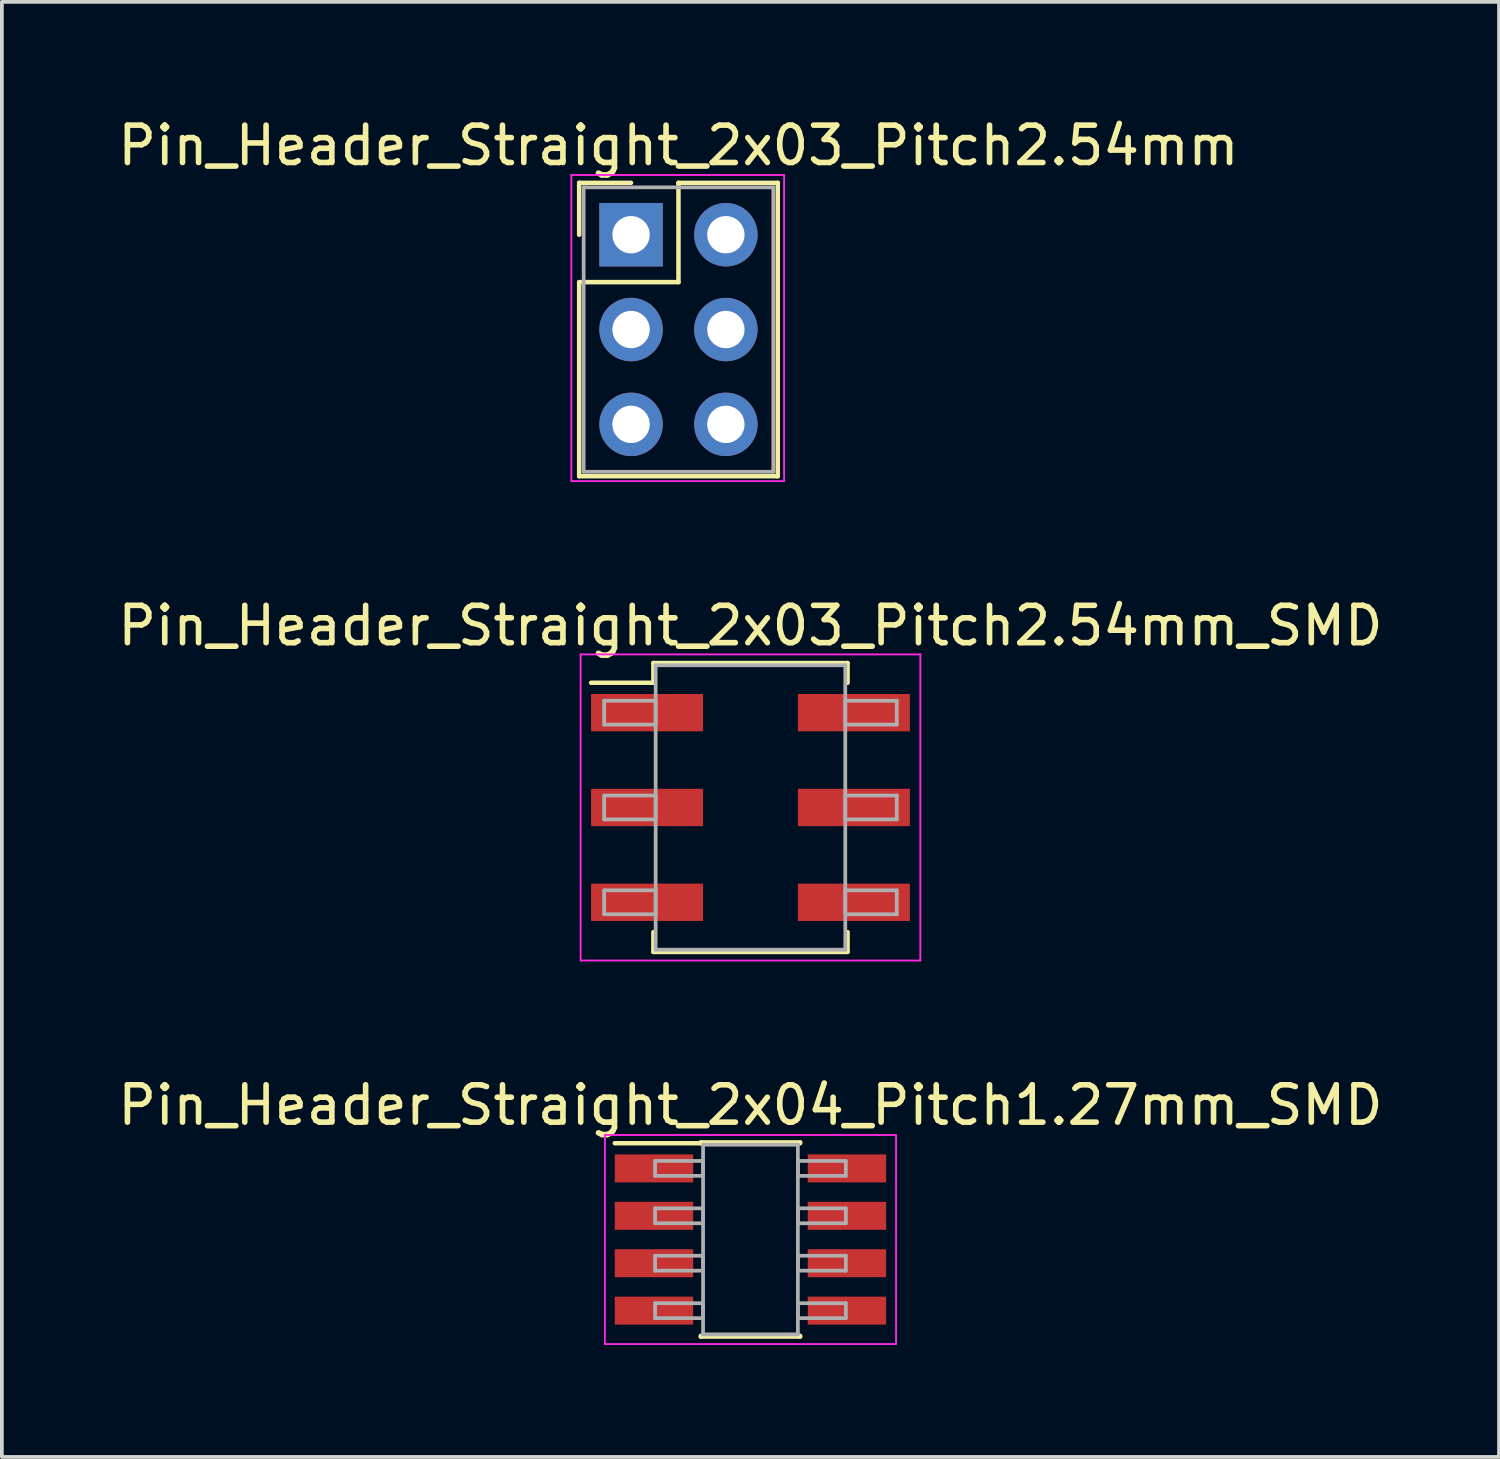
<source format=kicad_pcb>
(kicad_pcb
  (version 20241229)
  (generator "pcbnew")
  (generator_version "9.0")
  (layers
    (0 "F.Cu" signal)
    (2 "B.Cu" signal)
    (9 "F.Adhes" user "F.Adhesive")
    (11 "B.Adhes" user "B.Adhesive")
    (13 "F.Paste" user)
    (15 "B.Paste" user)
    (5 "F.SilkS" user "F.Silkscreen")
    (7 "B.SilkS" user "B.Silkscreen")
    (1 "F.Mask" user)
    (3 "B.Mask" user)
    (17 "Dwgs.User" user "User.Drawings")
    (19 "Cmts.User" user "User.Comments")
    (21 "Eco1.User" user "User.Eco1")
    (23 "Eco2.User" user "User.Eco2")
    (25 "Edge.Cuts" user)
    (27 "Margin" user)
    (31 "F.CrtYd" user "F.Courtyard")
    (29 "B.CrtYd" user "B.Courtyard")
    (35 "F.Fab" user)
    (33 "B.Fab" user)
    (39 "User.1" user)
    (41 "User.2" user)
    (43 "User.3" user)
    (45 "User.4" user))
  (footprint "Pin_Header_Straight_2x03_Pitch2.54mm"
    (layer "F.Cu")
    (at 13.855 3.238)
    (property "Reference" "Pin_Header_Straight_2x03_Pitch2.54mm" (at 1.27 -2.39 0) (layer "F.SilkS") (effects (font (size 1 1) (thickness 0.15))))
    (attr through_hole)
    (fp_line (start -1.39 -1.39) (end 0 -1.39) (stroke (width 0.12) (type solid)) (layer "F.SilkS"))
    (fp_line (start -1.39 0) (end -1.39 -1.39) (stroke (width 0.12) (type solid)) (layer "F.SilkS"))
    (fp_line (start -1.39 1.27) (end -1.39 6.47) (stroke (width 0.12) (type solid)) (layer "F.SilkS"))
    (fp_line (start -1.39 6.47) (end 3.93 6.47) (stroke (width 0.12) (type solid)) (layer "F.SilkS"))
    (fp_line (start 1.27 -1.39) (end 1.27 1.27) (stroke (width 0.12) (type solid)) (layer "F.SilkS"))
    (fp_line (start 1.27 1.27) (end -1.39 1.27) (stroke (width 0.12) (type solid)) (layer "F.SilkS"))
    (fp_line (start 3.93 -1.39) (end 1.27 -1.39) (stroke (width 0.12) (type solid)) (layer "F.SilkS"))
    (fp_line (start 3.93 6.47) (end 3.93 -1.39) (stroke (width 0.12) (type solid)) (layer "F.SilkS"))
    (fp_line (start -1.6 -1.6) (end -1.6 6.6) (stroke (width 0.05) (type solid)) (layer "F.CrtYd"))
    (fp_line (start -1.6 6.6) (end 4.1 6.6) (stroke (width 0.05) (type solid)) (layer "F.CrtYd"))
    (fp_line (start 4.1 -1.6) (end -1.6 -1.6) (stroke (width 0.05) (type solid)) (layer "F.CrtYd"))
    (fp_line (start 4.1 6.6) (end 4.1 -1.6) (stroke (width 0.05) (type solid)) (layer "F.CrtYd"))
    (fp_line (start -1.27 -1.27) (end -1.27 6.35) (stroke (width 0.1) (type solid)) (layer "F.Fab"))
    (fp_line (start -1.27 6.35) (end 3.81 6.35) (stroke (width 0.1) (type solid)) (layer "F.Fab"))
    (fp_line (start 3.81 -1.27) (end -1.27 -1.27) (stroke (width 0.1) (type solid)) (layer "F.Fab"))
    (fp_line (start 3.81 6.35) (end 3.81 -1.27) (stroke (width 0.1) (type solid)) (layer "F.Fab"))
    (pad "1" thru_hole rect (at 0 0) (size 1.7 1.7) (drill 1) (layers "*.Cu" "*.Mask"))
    (pad "2" thru_hole oval (at 2.54 0) (size 1.7 1.7) (drill 1) (layers "*.Cu" "*.Mask"))
    (pad "3" thru_hole oval (at 0 2.54) (size 1.7 1.7) (drill 1) (layers "*.Cu" "*.Mask"))
    (pad "4" thru_hole oval (at 2.54 2.54) (size 1.7 1.7) (drill 1) (layers "*.Cu" "*.Mask"))
    (pad "5" thru_hole oval (at 0 5.08) (size 1.7 1.7) (drill 1) (layers "*.Cu" "*.Mask"))
    (pad "6" thru_hole oval (at 2.54 5.08) (size 1.7 1.7) (drill 1) (layers "*.Cu" "*.Mask")))
  (footprint "Pin_Header_Straight_2x03_Pitch2.54mm_SMD"
    (layer "F.Cu")
    (at 17.054 18.581)
    (property "Reference" "Pin_Header_Straight_2x03_Pitch2.54mm_SMD" (at 0 -4.87 0) (layer "F.SilkS") (effects (font (size 1 1) (thickness 0.15))))
    (attr smd)
    (fp_line (start -4.27 -3.34) (end -2.6 -3.34) (stroke (width 0.12) (type solid)) (layer "F.SilkS"))
    (fp_line (start -2.6 -3.87) (end 2.6 -3.87) (stroke (width 0.12) (type solid)) (layer "F.SilkS"))
    (fp_line (start -2.6 -3.34) (end -2.6 -3.87) (stroke (width 0.12) (type solid)) (layer "F.SilkS"))
    (fp_line (start -2.6 3.34) (end -2.6 3.87) (stroke (width 0.12) (type solid)) (layer "F.SilkS"))
    (fp_line (start -2.6 3.87) (end 2.6 3.87) (stroke (width 0.12) (type solid)) (layer "F.SilkS"))
    (fp_line (start 2.6 -3.87) (end 2.6 -3.34) (stroke (width 0.12) (type solid)) (layer "F.SilkS"))
    (fp_line (start 2.6 3.87) (end 2.6 3.34) (stroke (width 0.12) (type solid)) (layer "F.SilkS"))
    (fp_line (start -4.55 -4.1) (end -4.55 4.1) (stroke (width 0.05) (type solid)) (layer "F.CrtYd"))
    (fp_line (start -4.55 4.1) (end 4.55 4.1) (stroke (width 0.05) (type solid)) (layer "F.CrtYd"))
    (fp_line (start 4.55 -4.1) (end -4.55 -4.1) (stroke (width 0.05) (type solid)) (layer "F.CrtYd"))
    (fp_line (start 4.55 4.1) (end 4.55 -4.1) (stroke (width 0.05) (type solid)) (layer "F.CrtYd"))
    (fp_line (start -3.92 -2.86) (end -2.54 -2.86) (stroke (width 0.1) (type solid)) (layer "F.Fab"))
    (fp_line (start -3.92 -2.22) (end -3.92 -2.86) (stroke (width 0.1) (type solid)) (layer "F.Fab"))
    (fp_line (start -3.92 -0.32) (end -2.54 -0.32) (stroke (width 0.1) (type solid)) (layer "F.Fab"))
    (fp_line (start -3.92 0.32) (end -3.92 -0.32) (stroke (width 0.1) (type solid)) (layer "F.Fab"))
    (fp_line (start -3.92 2.22) (end -2.54 2.22) (stroke (width 0.1) (type solid)) (layer "F.Fab"))
    (fp_line (start -3.92 2.86) (end -3.92 2.22) (stroke (width 0.1) (type solid)) (layer "F.Fab"))
    (fp_line (start -2.54 -3.81) (end -2.54 3.81) (stroke (width 0.1) (type solid)) (layer "F.Fab"))
    (fp_line (start -2.54 -2.86) (end -2.54 -2.22) (stroke (width 0.1) (type solid)) (layer "F.Fab"))
    (fp_line (start -2.54 -2.22) (end -3.92 -2.22) (stroke (width 0.1) (type solid)) (layer "F.Fab"))
    (fp_line (start -2.54 -0.32) (end -2.54 0.32) (stroke (width 0.1) (type solid)) (layer "F.Fab"))
    (fp_line (start -2.54 0.32) (end -3.92 0.32) (stroke (width 0.1) (type solid)) (layer "F.Fab"))
    (fp_line (start -2.54 2.22) (end -2.54 2.86) (stroke (width 0.1) (type solid)) (layer "F.Fab"))
    (fp_line (start -2.54 2.86) (end -3.92 2.86) (stroke (width 0.1) (type solid)) (layer "F.Fab"))
    (fp_line (start -2.54 3.81) (end 2.54 3.81) (stroke (width 0.1) (type solid)) (layer "F.Fab"))
    (fp_line (start 2.54 -3.81) (end -2.54 -3.81) (stroke (width 0.1) (type solid)) (layer "F.Fab"))
    (fp_line (start 2.54 -2.86) (end 2.54 -2.22) (stroke (width 0.1) (type solid)) (layer "F.Fab"))
    (fp_line (start 2.54 -2.22) (end 3.92 -2.22) (stroke (width 0.1) (type solid)) (layer "F.Fab"))
    (fp_line (start 2.54 -0.32) (end 2.54 0.32) (stroke (width 0.1) (type solid)) (layer "F.Fab"))
    (fp_line (start 2.54 0.32) (end 3.92 0.32) (stroke (width 0.1) (type solid)) (layer "F.Fab"))
    (fp_line (start 2.54 2.22) (end 2.54 2.86) (stroke (width 0.1) (type solid)) (layer "F.Fab"))
    (fp_line (start 2.54 2.86) (end 3.92 2.86) (stroke (width 0.1) (type solid)) (layer "F.Fab"))
    (fp_line (start 2.54 3.81) (end 2.54 -3.81) (stroke (width 0.1) (type solid)) (layer "F.Fab"))
    (fp_line (start 3.92 -2.86) (end 2.54 -2.86) (stroke (width 0.1) (type solid)) (layer "F.Fab"))
    (fp_line (start 3.92 -2.22) (end 3.92 -2.86) (stroke (width 0.1) (type solid)) (layer "F.Fab"))
    (fp_line (start 3.92 -0.32) (end 2.54 -0.32) (stroke (width 0.1) (type solid)) (layer "F.Fab"))
    (fp_line (start 3.92 0.32) (end 3.92 -0.32) (stroke (width 0.1) (type solid)) (layer "F.Fab"))
    (fp_line (start 3.92 2.22) (end 2.54 2.22) (stroke (width 0.1) (type solid)) (layer "F.Fab"))
    (fp_line (start 3.92 2.86) (end 3.92 2.22) (stroke (width 0.1) (type solid)) (layer "F.Fab"))
    (pad "1" smd rect (at -2.77 -2.54) (size 3 1) (layers "F.Cu" "F.Mask"))
    (pad "2" smd rect (at 2.77 -2.54) (size 3 1) (layers "F.Cu" "F.Mask"))
    (pad "3" smd rect (at -2.77 0) (size 3 1) (layers "F.Cu" "F.Mask"))
    (pad "4" smd rect (at 2.77 0) (size 3 1) (layers "F.Cu" "F.Mask"))
    (pad "5" smd rect (at -2.77 2.54) (size 3 1) (layers "F.Cu" "F.Mask"))
    (pad "6" smd rect (at 2.77 2.54) (size 3 1) (layers "F.Cu" "F.Mask")))
  (footprint "Pin_Header_Straight_2x04_Pitch1.27mm_SMD"
    (layer "F.Cu")
    (at 17.054 30.155)
    (property "Reference" "Pin_Header_Straight_2x04_Pitch1.27mm_SMD" (at 0 -3.6 0) (layer "F.SilkS") (effects (font (size 1 1) (thickness 0.15))))
    (attr smd)
    (fp_line (start -3.635 -2.58) (end -1.33 -2.58) (stroke (width 0.12) (type solid)) (layer "F.SilkS"))
    (fp_line (start -1.33 -2.6) (end 1.33 -2.6) (stroke (width 0.12) (type solid)) (layer "F.SilkS"))
    (fp_line (start -1.33 -2.58) (end -1.33 -2.6) (stroke (width 0.12) (type solid)) (layer "F.SilkS"))
    (fp_line (start -1.33 2.58) (end -1.33 2.6) (stroke (width 0.12) (type solid)) (layer "F.SilkS"))
    (fp_line (start -1.33 2.6) (end 1.33 2.6) (stroke (width 0.12) (type solid)) (layer "F.SilkS"))
    (fp_line (start 1.33 -2.6) (end 1.33 -2.58) (stroke (width 0.12) (type solid)) (layer "F.SilkS"))
    (fp_line (start 1.33 2.6) (end 1.33 2.58) (stroke (width 0.12) (type solid)) (layer "F.SilkS"))
    (fp_line (start -3.9 -2.8) (end -3.9 2.8) (stroke (width 0.05) (type solid)) (layer "F.CrtYd"))
    (fp_line (start -3.9 2.8) (end 3.9 2.8) (stroke (width 0.05) (type solid)) (layer "F.CrtYd"))
    (fp_line (start 3.9 -2.8) (end -3.9 -2.8) (stroke (width 0.05) (type solid)) (layer "F.CrtYd"))
    (fp_line (start 3.9 2.8) (end 3.9 -2.8) (stroke (width 0.05) (type solid)) (layer "F.CrtYd"))
    (fp_line (start -2.555 -2.105) (end -1.27 -2.105) (stroke (width 0.1) (type solid)) (layer "F.Fab"))
    (fp_line (start -2.555 -1.705) (end -2.555 -2.105) (stroke (width 0.1) (type solid)) (layer "F.Fab"))
    (fp_line (start -2.555 -0.835) (end -1.27 -0.835) (stroke (width 0.1) (type solid)) (layer "F.Fab"))
    (fp_line (start -2.555 -0.435) (end -2.555 -0.835) (stroke (width 0.1) (type solid)) (layer "F.Fab"))
    (fp_line (start -2.555 0.435) (end -1.27 0.435) (stroke (width 0.1) (type solid)) (layer "F.Fab"))
    (fp_line (start -2.555 0.835) (end -2.555 0.435) (stroke (width 0.1) (type solid)) (layer "F.Fab"))
    (fp_line (start -2.555 1.705) (end -1.27 1.705) (stroke (width 0.1) (type solid)) (layer "F.Fab"))
    (fp_line (start -2.555 2.105) (end -2.555 1.705) (stroke (width 0.1) (type solid)) (layer "F.Fab"))
    (fp_line (start -1.27 -2.54) (end -1.27 2.54) (stroke (width 0.1) (type solid)) (layer "F.Fab"))
    (fp_line (start -1.27 -2.105) (end -1.27 -1.705) (stroke (width 0.1) (type solid)) (layer "F.Fab"))
    (fp_line (start -1.27 -1.705) (end -2.555 -1.705) (stroke (width 0.1) (type solid)) (layer "F.Fab"))
    (fp_line (start -1.27 -0.835) (end -1.27 -0.435) (stroke (width 0.1) (type solid)) (layer "F.Fab"))
    (fp_line (start -1.27 -0.435) (end -2.555 -0.435) (stroke (width 0.1) (type solid)) (layer "F.Fab"))
    (fp_line (start -1.27 0.435) (end -1.27 0.835) (stroke (width 0.1) (type solid)) (layer "F.Fab"))
    (fp_line (start -1.27 0.835) (end -2.555 0.835) (stroke (width 0.1) (type solid)) (layer "F.Fab"))
    (fp_line (start -1.27 1.705) (end -1.27 2.105) (stroke (width 0.1) (type solid)) (layer "F.Fab"))
    (fp_line (start -1.27 2.105) (end -2.555 2.105) (stroke (width 0.1) (type solid)) (layer "F.Fab"))
    (fp_line (start -1.27 2.54) (end 1.27 2.54) (stroke (width 0.1) (type solid)) (layer "F.Fab"))
    (fp_line (start 1.27 -2.54) (end -1.27 -2.54) (stroke (width 0.1) (type solid)) (layer "F.Fab"))
    (fp_line (start 1.27 -2.105) (end 1.27 -1.705) (stroke (width 0.1) (type solid)) (layer "F.Fab"))
    (fp_line (start 1.27 -1.705) (end 2.555 -1.705) (stroke (width 0.1) (type solid)) (layer "F.Fab"))
    (fp_line (start 1.27 -0.835) (end 1.27 -0.435) (stroke (width 0.1) (type solid)) (layer "F.Fab"))
    (fp_line (start 1.27 -0.435) (end 2.555 -0.435) (stroke (width 0.1) (type solid)) (layer "F.Fab"))
    (fp_line (start 1.27 0.435) (end 1.27 0.835) (stroke (width 0.1) (type solid)) (layer "F.Fab"))
    (fp_line (start 1.27 0.835) (end 2.555 0.835) (stroke (width 0.1) (type solid)) (layer "F.Fab"))
    (fp_line (start 1.27 1.705) (end 1.27 2.105) (stroke (width 0.1) (type solid)) (layer "F.Fab"))
    (fp_line (start 1.27 2.105) (end 2.555 2.105) (stroke (width 0.1) (type solid)) (layer "F.Fab"))
    (fp_line (start 1.27 2.54) (end 1.27 -2.54) (stroke (width 0.1) (type solid)) (layer "F.Fab"))
    (fp_line (start 2.555 -2.105) (end 1.27 -2.105) (stroke (width 0.1) (type solid)) (layer "F.Fab"))
    (fp_line (start 2.555 -1.705) (end 2.555 -2.105) (stroke (width 0.1) (type solid)) (layer "F.Fab"))
    (fp_line (start 2.555 -0.835) (end 1.27 -0.835) (stroke (width 0.1) (type solid)) (layer "F.Fab"))
    (fp_line (start 2.555 -0.435) (end 2.555 -0.835) (stroke (width 0.1) (type solid)) (layer "F.Fab"))
    (fp_line (start 2.555 0.435) (end 1.27 0.435) (stroke (width 0.1) (type solid)) (layer "F.Fab"))
    (fp_line (start 2.555 0.835) (end 2.555 0.435) (stroke (width 0.1) (type solid)) (layer "F.Fab"))
    (fp_line (start 2.555 1.705) (end 1.27 1.705) (stroke (width 0.1) (type solid)) (layer "F.Fab"))
    (fp_line (start 2.555 2.105) (end 2.555 1.705) (stroke (width 0.1) (type solid)) (layer "F.Fab"))
    (pad "1" smd rect (at -2.585 -1.905) (size 2.1 0.75) (layers "F.Cu" "F.Mask"))
    (pad "2" smd rect (at 2.585 -1.905) (size 2.1 0.75) (layers "F.Cu" "F.Mask"))
    (pad "3" smd rect (at -2.585 -0.635) (size 2.1 0.75) (layers "F.Cu" "F.Mask"))
    (pad "4" smd rect (at 2.585 -0.635) (size 2.1 0.75) (layers "F.Cu" "F.Mask"))
    (pad "5" smd rect (at -2.585 0.635) (size 2.1 0.75) (layers "F.Cu" "F.Mask"))
    (pad "6" smd rect (at 2.585 0.635) (size 2.1 0.75) (layers "F.Cu" "F.Mask"))
    (pad "7" smd rect (at -2.585 1.905) (size 2.1 0.75) (layers "F.Cu" "F.Mask"))
    (pad "8" smd rect (at 2.585 1.905) (size 2.1 0.75) (layers "F.Cu" "F.Mask")))
  (gr_rect
    (start -3 -3)
    (end 37.107 35.98)
    (stroke (width 0.1) (type default))
    (fill no)
    (layer "Edge.Cuts")))
</source>
